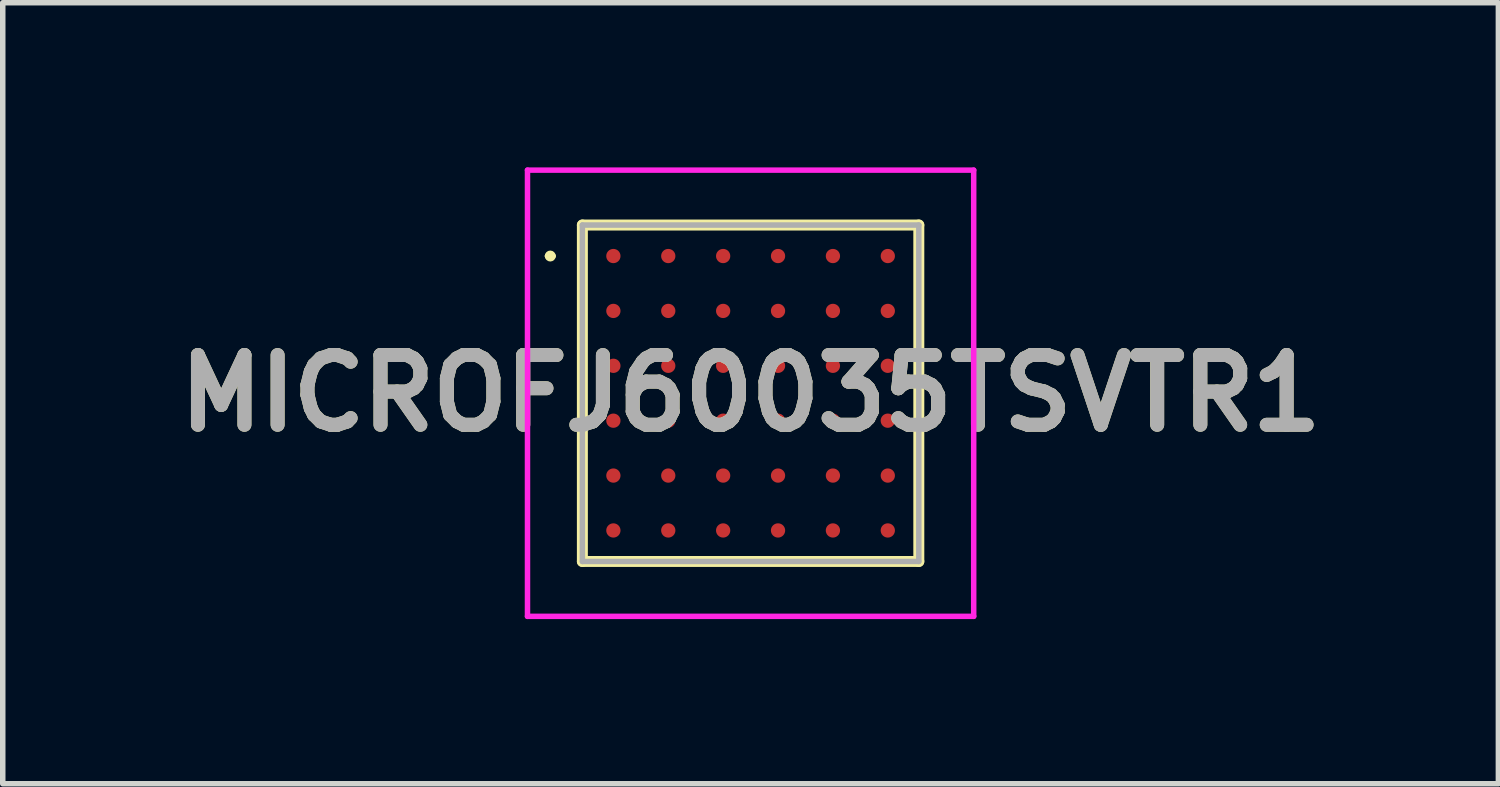
<source format=kicad_pcb>
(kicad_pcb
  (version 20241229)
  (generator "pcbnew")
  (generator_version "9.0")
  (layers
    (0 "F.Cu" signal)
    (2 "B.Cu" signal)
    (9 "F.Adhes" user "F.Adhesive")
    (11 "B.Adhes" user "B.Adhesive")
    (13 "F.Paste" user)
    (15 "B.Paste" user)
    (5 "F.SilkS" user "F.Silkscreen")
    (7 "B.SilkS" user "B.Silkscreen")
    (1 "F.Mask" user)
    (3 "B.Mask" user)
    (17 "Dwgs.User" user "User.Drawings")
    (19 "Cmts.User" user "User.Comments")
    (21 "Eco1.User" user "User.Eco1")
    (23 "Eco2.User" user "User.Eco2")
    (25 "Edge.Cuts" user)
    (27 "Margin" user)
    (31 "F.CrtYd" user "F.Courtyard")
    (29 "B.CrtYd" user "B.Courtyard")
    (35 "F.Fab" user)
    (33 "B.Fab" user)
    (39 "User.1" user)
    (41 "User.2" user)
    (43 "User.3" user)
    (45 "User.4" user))
  (footprint "MICROFJ60035TSVTR1"
    (layer "F.Cu")
    (at 10.626 4.115)
    (property "Reference" "MICROFJ60035TSVTR1" (at 0 0 0) (layer "F.SilkS") (effects (font (size 1.27 1.27) (thickness 0.254))))
    (attr smd)
    (fp_line (start -3.7 -2.5) (end -3.7 -2.5) (stroke (width 0.1) (type solid)) (layer "F.SilkS"))
    (fp_line (start -3.6 -2.5) (end -3.6 -2.5) (stroke (width 0.1) (type solid)) (layer "F.SilkS"))
    (fp_line (start -3.065 -3.065) (end 3.065 -3.065) (stroke (width 0.2) (type solid)) (layer "F.SilkS"))
    (fp_line (start -3.065 3.065) (end -3.065 -3.065) (stroke (width 0.2) (type solid)) (layer "F.SilkS"))
    (fp_line (start 3.065 -3.065) (end 3.065 3.065) (stroke (width 0.2) (type solid)) (layer "F.SilkS"))
    (fp_line (start 3.065 3.065) (end -3.065 3.065) (stroke (width 0.2) (type solid)) (layer "F.SilkS"))
    (fp_arc (start -3.7 -2.5) (mid -3.65 -2.55) (end -3.6 -2.5) (stroke (width 0.1) (type solid)) (layer "F.SilkS"))
    (fp_arc (start -3.6 -2.5) (mid -3.65 -2.45) (end -3.7 -2.5) (stroke (width 0.1) (type solid)) (layer "F.SilkS"))
    (fp_line (start -4.065 -4.065) (end 4.065 -4.065) (stroke (width 0.1) (type solid)) (layer "F.CrtYd"))
    (fp_line (start -4.065 4.065) (end -4.065 -4.065) (stroke (width 0.1) (type solid)) (layer "F.CrtYd"))
    (fp_line (start 4.065 -4.065) (end 4.065 4.065) (stroke (width 0.1) (type solid)) (layer "F.CrtYd"))
    (fp_line (start 4.065 4.065) (end -4.065 4.065) (stroke (width 0.1) (type solid)) (layer "F.CrtYd"))
    (fp_line (start -3.065 -3.065) (end 3.065 -3.065) (stroke (width 0.1) (type solid)) (layer "F.Fab"))
    (fp_line (start -3.065 3.065) (end -3.065 -3.065) (stroke (width 0.1) (type solid)) (layer "F.Fab"))
    (fp_line (start 3.065 -3.065) (end 3.065 3.065) (stroke (width 0.1) (type solid)) (layer "F.Fab"))
    (fp_line (start 3.065 3.065) (end -3.065 3.065) (stroke (width 0.1) (type solid)) (layer "F.Fab"))
    (fp_text user "${REFERENCE}" (at 0 0 0) (layer "F.Fab") (effects (font (size 1.27 1.27) (thickness 0.254))))
    (pad "A1" smd circle (at -2.5 -2.5 90) (size 0.26 0.26) (layers "F.Cu" "F.Mask" "F.Paste"))
    (pad "A2" smd circle (at -1.5 -2.5 90) (size 0.26 0.26) (layers "F.Cu" "F.Mask" "F.Paste"))
    (pad "A3" smd circle (at -0.5 -2.5 90) (size 0.26 0.26) (layers "F.Cu" "F.Mask" "F.Paste"))
    (pad "A4" smd circle (at 0.5 -2.5 90) (size 0.26 0.26) (layers "F.Cu" "F.Mask" "F.Paste"))
    (pad "A5" smd circle (at 1.5 -2.5 90) (size 0.26 0.26) (layers "F.Cu" "F.Mask" "F.Paste"))
    (pad "A6" smd circle (at 2.5 -2.5 90) (size 0.26 0.26) (layers "F.Cu" "F.Mask" "F.Paste"))
    (pad "B1" smd circle (at -2.5 -1.5 90) (size 0.26 0.26) (layers "F.Cu" "F.Mask" "F.Paste"))
    (pad "B2" smd circle (at -1.5 -1.5 90) (size 0.26 0.26) (layers "F.Cu" "F.Mask" "F.Paste"))
    (pad "B3" smd circle (at -0.5 -1.5 90) (size 0.26 0.26) (layers "F.Cu" "F.Mask" "F.Paste"))
    (pad "B4" smd circle (at 0.5 -1.5 90) (size 0.26 0.26) (layers "F.Cu" "F.Mask" "F.Paste"))
    (pad "B5" smd circle (at 1.5 -1.5 90) (size 0.26 0.26) (layers "F.Cu" "F.Mask" "F.Paste"))
    (pad "B6" smd circle (at 2.5 -1.5 90) (size 0.26 0.26) (layers "F.Cu" "F.Mask" "F.Paste"))
    (pad "C1" smd circle (at -2.5 -0.5 90) (size 0.26 0.26) (layers "F.Cu" "F.Mask" "F.Paste"))
    (pad "C2" smd circle (at -1.5 -0.5 90) (size 0.26 0.26) (layers "F.Cu" "F.Mask" "F.Paste"))
    (pad "C3" smd circle (at -0.5 -0.5 90) (size 0.26 0.26) (layers "F.Cu" "F.Mask" "F.Paste"))
    (pad "C4" smd circle (at 0.5 -0.5 90) (size 0.26 0.26) (layers "F.Cu" "F.Mask" "F.Paste"))
    (pad "C5" smd circle (at 1.5 -0.5 90) (size 0.26 0.26) (layers "F.Cu" "F.Mask" "F.Paste"))
    (pad "C6" smd circle (at 2.5 -0.5 90) (size 0.26 0.26) (layers "F.Cu" "F.Mask" "F.Paste"))
    (pad "D1" smd circle (at -2.5 0.5 90) (size 0.26 0.26) (layers "F.Cu" "F.Mask" "F.Paste"))
    (pad "D2" smd circle (at -1.5 0.5 90) (size 0.26 0.26) (layers "F.Cu" "F.Mask" "F.Paste"))
    (pad "D3" smd circle (at -0.5 0.5 90) (size 0.26 0.26) (layers "F.Cu" "F.Mask" "F.Paste"))
    (pad "D4" smd circle (at 0.5 0.5 90) (size 0.26 0.26) (layers "F.Cu" "F.Mask" "F.Paste"))
    (pad "D5" smd circle (at 1.5 0.5 90) (size 0.26 0.26) (layers "F.Cu" "F.Mask" "F.Paste"))
    (pad "D6" smd circle (at 2.5 0.5 90) (size 0.26 0.26) (layers "F.Cu" "F.Mask" "F.Paste"))
    (pad "E1" smd circle (at -2.5 1.5 90) (size 0.26 0.26) (layers "F.Cu" "F.Mask" "F.Paste"))
    (pad "E2" smd circle (at -1.5 1.5 90) (size 0.26 0.26) (layers "F.Cu" "F.Mask" "F.Paste"))
    (pad "E3" smd circle (at -0.5 1.5 90) (size 0.26 0.26) (layers "F.Cu" "F.Mask" "F.Paste"))
    (pad "E4" smd circle (at 0.5 1.5 90) (size 0.26 0.26) (layers "F.Cu" "F.Mask" "F.Paste"))
    (pad "E5" smd circle (at 1.5 1.5 90) (size 0.26 0.26) (layers "F.Cu" "F.Mask" "F.Paste"))
    (pad "E6" smd circle (at 2.5 1.5 90) (size 0.26 0.26) (layers "F.Cu" "F.Mask" "F.Paste"))
    (pad "F1" smd circle (at -2.5 2.5 90) (size 0.26 0.26) (layers "F.Cu" "F.Mask" "F.Paste"))
    (pad "F2" smd circle (at -1.5 2.5 90) (size 0.26 0.26) (layers "F.Cu" "F.Mask" "F.Paste"))
    (pad "F3" smd circle (at -0.5 2.5 90) (size 0.26 0.26) (layers "F.Cu" "F.Mask" "F.Paste"))
    (pad "F4" smd circle (at 0.5 2.5 90) (size 0.26 0.26) (layers "F.Cu" "F.Mask" "F.Paste"))
    (pad "F5" smd circle (at 1.5 2.5 90) (size 0.26 0.26) (layers "F.Cu" "F.Mask" "F.Paste"))
    (pad "F6" smd circle (at 2.5 2.5 90) (size 0.26 0.26) (layers "F.Cu" "F.Mask" "F.Paste")))
  (gr_rect
    (start -3 -3)
    (end 24.251 11.23)
    (stroke (width 0.1) (type default))
    (fill no)
    (layer "Edge.Cuts")))
</source>
